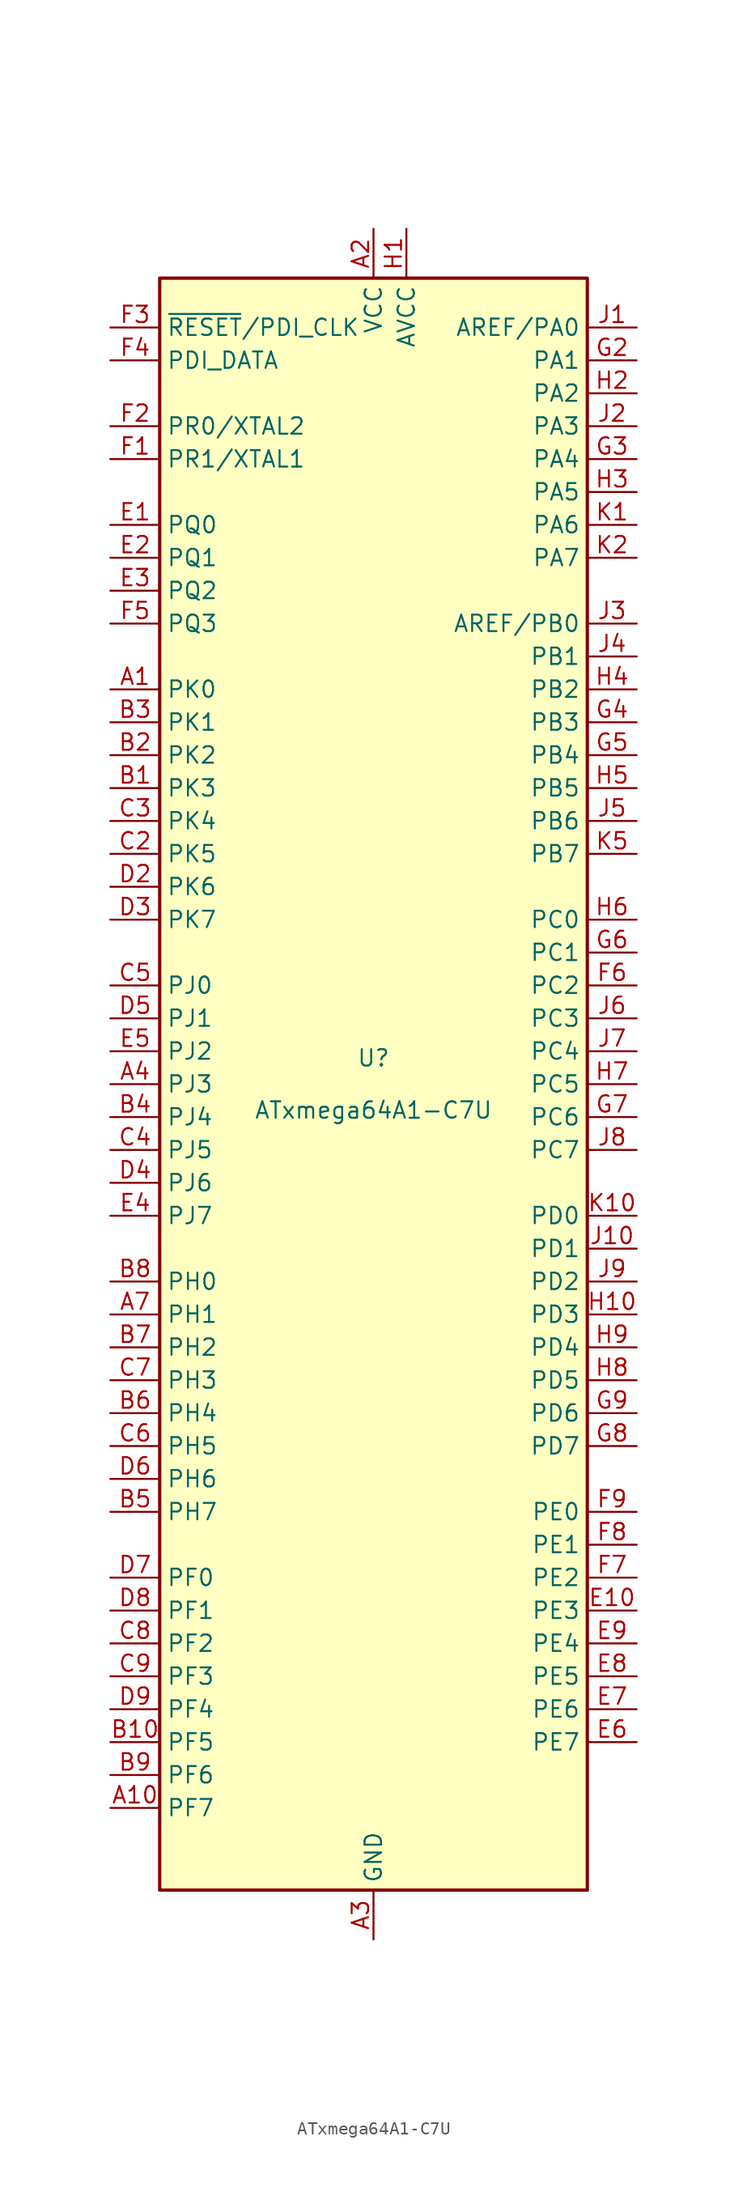
<source format=kicad_sym>
(kicad_symbol_lib
  (version 20211014)
  (generator kicad_symbol_editor)
  (symbol "ATxmega64A1-C7U"
    (property "Reference" "U"
      (at 0 1.27 0)
      (effects (font (size 1.27 1.27)) (justify bottom)))
    (property "Value" "ATxmega64A1-C7U"
      (at 0 -1.27 0)
      (effects (font (size 1.27 1.27)) (justify top)))
    (symbol "ATxmega64A1-C7U_0_1"
      (rectangle (start -16.51 -62.23) (end 16.51 62.23) (stroke (width 0.254) (type default) (color 0 0 0 0)) (fill (type background))))
    (symbol "ATxmega64A1-C7U_1_1"
      (pin bidirectional line (at -20.32 30.48 0) (length 3.81) (name "PK0" (effects (font (size 1.27 1.27)))) (number "A1" (effects (font (size 1.27 1.27)))))
      (pin bidirectional line (at -20.32 -55.88 0) (length 3.81) (name "PF7" (effects (font (size 1.27 1.27)))) (number "A10" (effects (font (size 1.27 1.27)))))
      (pin power_in line (at 0 66.04 270) (length 3.81) (name "VCC" (effects (font (size 1.27 1.27)))) (number "A2" (effects (font (size 1.27 1.27)))))
      (pin power_in line (at 0 -66.04 90) (length 3.81) (name "GND" (effects (font (size 1.27 1.27)))) (number "A3" (effects (font (size 1.27 1.27)))))
      (pin bidirectional line (at -20.32 0 0) (length 3.81) (name "PJ3" (effects (font (size 1.27 1.27)))) (number "A4" (effects (font (size 1.27 1.27)))))
      (pin passive line (at 0 66.04 270) (length 3.81) hide (name "VCC" (effects (font (size 1.27 1.27)))) (number "A5" (effects (font (size 1.27 1.27)))))
      (pin passive line (at 0 -66.04 90) (length 3.81) hide (name "GND" (effects (font (size 1.27 1.27)))) (number "A6" (effects (font (size 1.27 1.27)))))
      (pin bidirectional line (at -20.32 -17.78 0) (length 3.81) (name "PH1" (effects (font (size 1.27 1.27)))) (number "A7" (effects (font (size 1.27 1.27)))))
      (pin passive line (at 0 -66.04 90) (length 3.81) hide (name "GND" (effects (font (size 1.27 1.27)))) (number "A8" (effects (font (size 1.27 1.27)))))
      (pin passive line (at 0 66.04 270) (length 3.81) hide (name "VCC" (effects (font (size 1.27 1.27)))) (number "A9" (effects (font (size 1.27 1.27)))))
      (pin bidirectional line (at -20.32 22.86 0) (length 3.81) (name "PK3" (effects (font (size 1.27 1.27)))) (number "B1" (effects (font (size 1.27 1.27)))))
      (pin bidirectional line (at -20.32 -50.8 0) (length 3.81) (name "PF5" (effects (font (size 1.27 1.27)))) (number "B10" (effects (font (size 1.27 1.27)))))
      (pin bidirectional line (at -20.32 25.4 0) (length 3.81) (name "PK2" (effects (font (size 1.27 1.27)))) (number "B2" (effects (font (size 1.27 1.27)))))
      (pin bidirectional line (at -20.32 27.94 0) (length 3.81) (name "PK1" (effects (font (size 1.27 1.27)))) (number "B3" (effects (font (size 1.27 1.27)))))
      (pin bidirectional line (at -20.32 -2.54 0) (length 3.81) (name "PJ4" (effects (font (size 1.27 1.27)))) (number "B4" (effects (font (size 1.27 1.27)))))
      (pin bidirectional line (at -20.32 -33.02 0) (length 3.81) (name "PH7" (effects (font (size 1.27 1.27)))) (number "B5" (effects (font (size 1.27 1.27)))))
      (pin bidirectional line (at -20.32 -25.4 0) (length 3.81) (name "PH4" (effects (font (size 1.27 1.27)))) (number "B6" (effects (font (size 1.27 1.27)))))
      (pin bidirectional line (at -20.32 -20.32 0) (length 3.81) (name "PH2" (effects (font (size 1.27 1.27)))) (number "B7" (effects (font (size 1.27 1.27)))))
      (pin bidirectional line (at -20.32 -15.24 0) (length 3.81) (name "PH0" (effects (font (size 1.27 1.27)))) (number "B8" (effects (font (size 1.27 1.27)))))
      (pin bidirectional line (at -20.32 -53.34 0) (length 3.81) (name "PF6" (effects (font (size 1.27 1.27)))) (number "B9" (effects (font (size 1.27 1.27)))))
      (pin passive line (at 0 66.04 270) (length 3.81) hide (name "VCC" (effects (font (size 1.27 1.27)))) (number "C1" (effects (font (size 1.27 1.27)))))
      (pin passive line (at 0 66.04 270) (length 3.81) hide (name "VCC" (effects (font (size 1.27 1.27)))) (number "C10" (effects (font (size 1.27 1.27)))))
      (pin bidirectional line (at -20.32 17.78 0) (length 3.81) (name "PK5" (effects (font (size 1.27 1.27)))) (number "C2" (effects (font (size 1.27 1.27)))))
      (pin bidirectional line (at -20.32 20.32 0) (length 3.81) (name "PK4" (effects (font (size 1.27 1.27)))) (number "C3" (effects (font (size 1.27 1.27)))))
      (pin bidirectional line (at -20.32 -5.08 0) (length 3.81) (name "PJ5" (effects (font (size 1.27 1.27)))) (number "C4" (effects (font (size 1.27 1.27)))))
      (pin bidirectional line (at -20.32 7.62 0) (length 3.81) (name "PJ0" (effects (font (size 1.27 1.27)))) (number "C5" (effects (font (size 1.27 1.27)))))
      (pin bidirectional line (at -20.32 -27.94 0) (length 3.81) (name "PH5" (effects (font (size 1.27 1.27)))) (number "C6" (effects (font (size 1.27 1.27)))))
      (pin bidirectional line (at -20.32 -22.86 0) (length 3.81) (name "PH3" (effects (font (size 1.27 1.27)))) (number "C7" (effects (font (size 1.27 1.27)))))
      (pin bidirectional line (at -20.32 -43.18 0) (length 3.81) (name "PF2" (effects (font (size 1.27 1.27)))) (number "C8" (effects (font (size 1.27 1.27)))))
      (pin bidirectional line (at -20.32 -45.72 0) (length 3.81) (name "PF3" (effects (font (size 1.27 1.27)))) (number "C9" (effects (font (size 1.27 1.27)))))
      (pin passive line (at 0 -66.04 90) (length 3.81) hide (name "GND" (effects (font (size 1.27 1.27)))) (number "D1" (effects (font (size 1.27 1.27)))))
      (pin passive line (at 0 -66.04 90) (length 3.81) hide (name "GND" (effects (font (size 1.27 1.27)))) (number "D10" (effects (font (size 1.27 1.27)))))
      (pin bidirectional line (at -20.32 15.24 0) (length 3.81) (name "PK6" (effects (font (size 1.27 1.27)))) (number "D2" (effects (font (size 1.27 1.27)))))
      (pin bidirectional line (at -20.32 12.7 0) (length 3.81) (name "PK7" (effects (font (size 1.27 1.27)))) (number "D3" (effects (font (size 1.27 1.27)))))
      (pin bidirectional line (at -20.32 -7.62 0) (length 3.81) (name "PJ6" (effects (font (size 1.27 1.27)))) (number "D4" (effects (font (size 1.27 1.27)))))
      (pin bidirectional line (at -20.32 5.08 0) (length 3.81) (name "PJ1" (effects (font (size 1.27 1.27)))) (number "D5" (effects (font (size 1.27 1.27)))))
      (pin bidirectional line (at -20.32 -30.48 0) (length 3.81) (name "PH6" (effects (font (size 1.27 1.27)))) (number "D6" (effects (font (size 1.27 1.27)))))
      (pin bidirectional line (at -20.32 -38.1 0) (length 3.81) (name "PF0" (effects (font (size 1.27 1.27)))) (number "D7" (effects (font (size 1.27 1.27)))))
      (pin bidirectional line (at -20.32 -40.64 0) (length 3.81) (name "PF1" (effects (font (size 1.27 1.27)))) (number "D8" (effects (font (size 1.27 1.27)))))
      (pin bidirectional line (at -20.32 -48.26 0) (length 3.81) (name "PF4" (effects (font (size 1.27 1.27)))) (number "D9" (effects (font (size 1.27 1.27)))))
      (pin bidirectional line (at -20.32 43.18 0) (length 3.81) (name "PQ0" (effects (font (size 1.27 1.27)))) (number "E1" (effects (font (size 1.27 1.27)))))
      (pin bidirectional line (at 20.32 -40.64 180) (length 3.81) (name "PE3" (effects (font (size 1.27 1.27)))) (number "E10" (effects (font (size 1.27 1.27)))))
      (pin bidirectional line (at -20.32 40.64 0) (length 3.81) (name "PQ1" (effects (font (size 1.27 1.27)))) (number "E2" (effects (font (size 1.27 1.27)))))
      (pin bidirectional line (at -20.32 38.1 0) (length 3.81) (name "PQ2" (effects (font (size 1.27 1.27)))) (number "E3" (effects (font (size 1.27 1.27)))))
      (pin bidirectional line (at -20.32 -10.16 0) (length 3.81) (name "PJ7" (effects (font (size 1.27 1.27)))) (number "E4" (effects (font (size 1.27 1.27)))))
      (pin bidirectional line (at -20.32 2.54 0) (length 3.81) (name "PJ2" (effects (font (size 1.27 1.27)))) (number "E5" (effects (font (size 1.27 1.27)))))
      (pin bidirectional line (at 20.32 -50.8 180) (length 3.81) (name "PE7" (effects (font (size 1.27 1.27)))) (number "E6" (effects (font (size 1.27 1.27)))))
      (pin bidirectional line (at 20.32 -48.26 180) (length 3.81) (name "PE6" (effects (font (size 1.27 1.27)))) (number "E7" (effects (font (size 1.27 1.27)))))
      (pin bidirectional line (at 20.32 -45.72 180) (length 3.81) (name "PE5" (effects (font (size 1.27 1.27)))) (number "E8" (effects (font (size 1.27 1.27)))))
      (pin bidirectional line (at 20.32 -43.18 180) (length 3.81) (name "PE4" (effects (font (size 1.27 1.27)))) (number "E9" (effects (font (size 1.27 1.27)))))
      (pin bidirectional line (at -20.32 48.26 0) (length 3.81) (name "PR1/XTAL1" (effects (font (size 1.27 1.27)))) (number "F1" (effects (font (size 1.27 1.27)))))
      (pin passive line (at 0 66.04 270) (length 3.81) hide (name "VCC" (effects (font (size 1.27 1.27)))) (number "F10" (effects (font (size 1.27 1.27)))))
      (pin bidirectional line (at -20.32 50.8 0) (length 3.81) (name "PR0/XTAL2" (effects (font (size 1.27 1.27)))) (number "F2" (effects (font (size 1.27 1.27)))))
      (pin input line (at -20.32 58.42 0) (length 3.81) (name "~{RESET}/PDI_CLK" (effects (font (size 1.27 1.27)))) (number "F3" (effects (font (size 1.27 1.27)))))
      (pin bidirectional line (at -20.32 55.88 0) (length 3.81) (name "PDI_DATA" (effects (font (size 1.27 1.27)))) (number "F4" (effects (font (size 1.27 1.27)))))
      (pin bidirectional line (at -20.32 35.56 0) (length 3.81) (name "PQ3" (effects (font (size 1.27 1.27)))) (number "F5" (effects (font (size 1.27 1.27)))))
      (pin bidirectional line (at 20.32 7.62 180) (length 3.81) (name "PC2" (effects (font (size 1.27 1.27)))) (number "F6" (effects (font (size 1.27 1.27)))))
      (pin bidirectional line (at 20.32 -38.1 180) (length 3.81) (name "PE2" (effects (font (size 1.27 1.27)))) (number "F7" (effects (font (size 1.27 1.27)))))
      (pin bidirectional line (at 20.32 -35.56 180) (length 3.81) (name "PE1" (effects (font (size 1.27 1.27)))) (number "F8" (effects (font (size 1.27 1.27)))))
      (pin bidirectional line (at 20.32 -33.02 180) (length 3.81) (name "PE0" (effects (font (size 1.27 1.27)))) (number "F9" (effects (font (size 1.27 1.27)))))
      (pin passive line (at 0 -66.04 90) (length 3.81) hide (name "GND" (effects (font (size 1.27 1.27)))) (number "G1" (effects (font (size 1.27 1.27)))))
      (pin passive line (at 0 -66.04 90) (length 3.81) hide (name "GND" (effects (font (size 1.27 1.27)))) (number "G10" (effects (font (size 1.27 1.27)))))
      (pin bidirectional line (at 20.32 55.88 180) (length 3.81) (name "PA1" (effects (font (size 1.27 1.27)))) (number "G2" (effects (font (size 1.27 1.27)))))
      (pin bidirectional line (at 20.32 48.26 180) (length 3.81) (name "PA4" (effects (font (size 1.27 1.27)))) (number "G3" (effects (font (size 1.27 1.27)))))
      (pin bidirectional line (at 20.32 27.94 180) (length 3.81) (name "PB3" (effects (font (size 1.27 1.27)))) (number "G4" (effects (font (size 1.27 1.27)))))
      (pin bidirectional line (at 20.32 25.4 180) (length 3.81) (name "PB4" (effects (font (size 1.27 1.27)))) (number "G5" (effects (font (size 1.27 1.27)))))
      (pin bidirectional line (at 20.32 10.16 180) (length 3.81) (name "PC1" (effects (font (size 1.27 1.27)))) (number "G6" (effects (font (size 1.27 1.27)))))
      (pin bidirectional line (at 20.32 -2.54 180) (length 3.81) (name "PC6" (effects (font (size 1.27 1.27)))) (number "G7" (effects (font (size 1.27 1.27)))))
      (pin bidirectional line (at 20.32 -27.94 180) (length 3.81) (name "PD7" (effects (font (size 1.27 1.27)))) (number "G8" (effects (font (size 1.27 1.27)))))
      (pin bidirectional line (at 20.32 -25.4 180) (length 3.81) (name "PD6" (effects (font (size 1.27 1.27)))) (number "G9" (effects (font (size 1.27 1.27)))))
      (pin power_in line (at 2.54 66.04 270) (length 3.81) (name "AVCC" (effects (font (size 1.27 1.27)))) (number "H1" (effects (font (size 1.27 1.27)))))
      (pin bidirectional line (at 20.32 -17.78 180) (length 3.81) (name "PD3" (effects (font (size 1.27 1.27)))) (number "H10" (effects (font (size 1.27 1.27)))))
      (pin bidirectional line (at 20.32 53.34 180) (length 3.81) (name "PA2" (effects (font (size 1.27 1.27)))) (number "H2" (effects (font (size 1.27 1.27)))))
      (pin bidirectional line (at 20.32 45.72 180) (length 3.81) (name "PA5" (effects (font (size 1.27 1.27)))) (number "H3" (effects (font (size 1.27 1.27)))))
      (pin bidirectional line (at 20.32 30.48 180) (length 3.81) (name "PB2" (effects (font (size 1.27 1.27)))) (number "H4" (effects (font (size 1.27 1.27)))))
      (pin bidirectional line (at 20.32 22.86 180) (length 3.81) (name "PB5" (effects (font (size 1.27 1.27)))) (number "H5" (effects (font (size 1.27 1.27)))))
      (pin bidirectional line (at 20.32 12.7 180) (length 3.81) (name "PC0" (effects (font (size 1.27 1.27)))) (number "H6" (effects (font (size 1.27 1.27)))))
      (pin bidirectional line (at 20.32 0 180) (length 3.81) (name "PC5" (effects (font (size 1.27 1.27)))) (number "H7" (effects (font (size 1.27 1.27)))))
      (pin bidirectional line (at 20.32 -22.86 180) (length 3.81) (name "PD5" (effects (font (size 1.27 1.27)))) (number "H8" (effects (font (size 1.27 1.27)))))
      (pin bidirectional line (at 20.32 -20.32 180) (length 3.81) (name "PD4" (effects (font (size 1.27 1.27)))) (number "H9" (effects (font (size 1.27 1.27)))))
      (pin bidirectional line (at 20.32 58.42 180) (length 3.81) (name "AREF/PA0" (effects (font (size 1.27 1.27)))) (number "J1" (effects (font (size 1.27 1.27)))))
      (pin bidirectional line (at 20.32 -12.7 180) (length 3.81) (name "PD1" (effects (font (size 1.27 1.27)))) (number "J10" (effects (font (size 1.27 1.27)))))
      (pin bidirectional line (at 20.32 50.8 180) (length 3.81) (name "PA3" (effects (font (size 1.27 1.27)))) (number "J2" (effects (font (size 1.27 1.27)))))
      (pin bidirectional line (at 20.32 35.56 180) (length 3.81) (name "AREF/PB0" (effects (font (size 1.27 1.27)))) (number "J3" (effects (font (size 1.27 1.27)))))
      (pin bidirectional line (at 20.32 33.02 180) (length 3.81) (name "PB1" (effects (font (size 1.27 1.27)))) (number "J4" (effects (font (size 1.27 1.27)))))
      (pin bidirectional line (at 20.32 20.32 180) (length 3.81) (name "PB6" (effects (font (size 1.27 1.27)))) (number "J5" (effects (font (size 1.27 1.27)))))
      (pin bidirectional line (at 20.32 5.08 180) (length 3.81) (name "PC3" (effects (font (size 1.27 1.27)))) (number "J6" (effects (font (size 1.27 1.27)))))
      (pin bidirectional line (at 20.32 2.54 180) (length 3.81) (name "PC4" (effects (font (size 1.27 1.27)))) (number "J7" (effects (font (size 1.27 1.27)))))
      (pin bidirectional line (at 20.32 -5.08 180) (length 3.81) (name "PC7" (effects (font (size 1.27 1.27)))) (number "J8" (effects (font (size 1.27 1.27)))))
      (pin bidirectional line (at 20.32 -15.24 180) (length 3.81) (name "PD2" (effects (font (size 1.27 1.27)))) (number "J9" (effects (font (size 1.27 1.27)))))
      (pin bidirectional line (at 20.32 43.18 180) (length 3.81) (name "PA6" (effects (font (size 1.27 1.27)))) (number "K1" (effects (font (size 1.27 1.27)))))
      (pin bidirectional line (at 20.32 -10.16 180) (length 3.81) (name "PD0" (effects (font (size 1.27 1.27)))) (number "K10" (effects (font (size 1.27 1.27)))))
      (pin bidirectional line (at 20.32 40.64 180) (length 3.81) (name "PA7" (effects (font (size 1.27 1.27)))) (number "K2" (effects (font (size 1.27 1.27)))))
      (pin passive line (at 0 -66.04 90) (length 3.81) hide (name "GND" (effects (font (size 1.27 1.27)))) (number "K3" (effects (font (size 1.27 1.27)))))
      (pin passive line (at 2.54 66.04 270) (length 3.81) hide (name "AVCC" (effects (font (size 1.27 1.27)))) (number "K4" (effects (font (size 1.27 1.27)))))
      (pin bidirectional line (at 20.32 17.78 180) (length 3.81) (name "PB7" (effects (font (size 1.27 1.27)))) (number "K5" (effects (font (size 1.27 1.27)))))
      (pin passive line (at 0 66.04 270) (length 3.81) hide (name "VCC" (effects (font (size 1.27 1.27)))) (number "K6" (effects (font (size 1.27 1.27)))))
      (pin passive line (at 0 -66.04 90) (length 3.81) hide (name "GND" (effects (font (size 1.27 1.27)))) (number "K7" (effects (font (size 1.27 1.27)))))
      (pin passive line (at 0 66.04 270) (length 3.81) hide (name "VCC" (effects (font (size 1.27 1.27)))) (number "K8" (effects (font (size 1.27 1.27)))))
      (pin passive line (at 0 -66.04 90) (length 3.81) hide (name "GND" (effects (font (size 1.27 1.27)))) (number "K9" (effects (font (size 1.27 1.27))))))))
</source>
